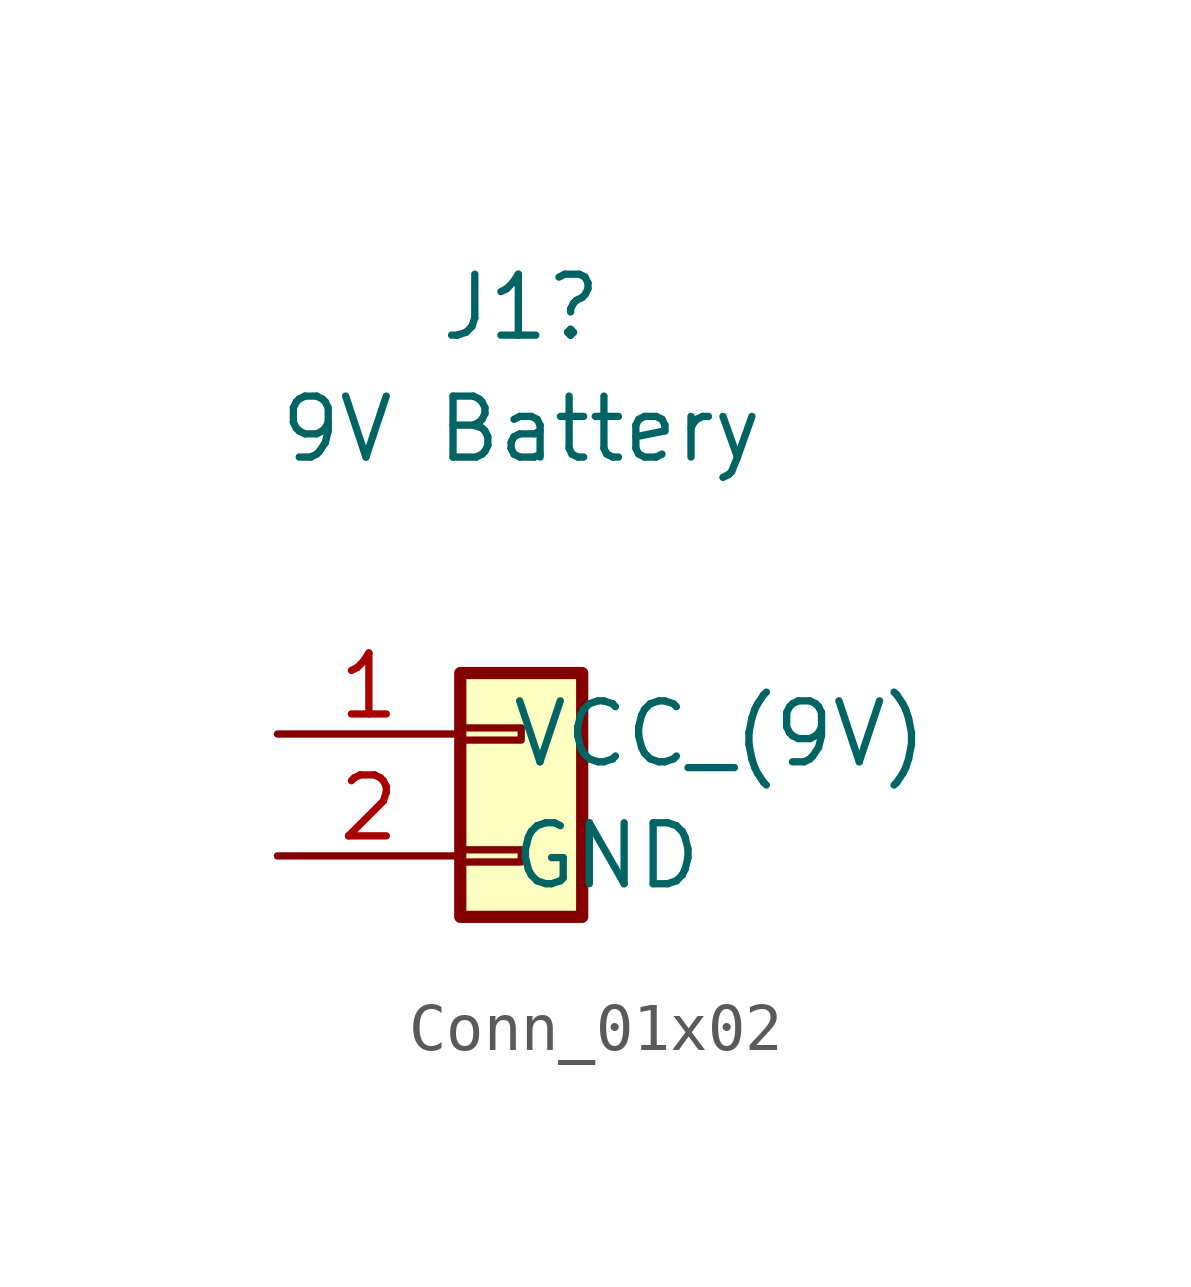
<source format=kicad_sym>
(kicad_symbol_lib
  (version 20211014)
  (generator kicad_symbol_editor)
  (symbol "Conn_01x02"
    (pin_names
      (offset 1.016))
    (property "Reference" "J1"
      (at 0 8.89 0)
      (effects (font (size 1.27 1.27))))
    (property "Value" "9V Battery"
      (at 0 6.35 0)
      (effects (font (size 1.27 1.27))))
    (symbol "Conn_01x02_1_1"
      (rectangle (start -1.27 -2.413) (end 0 -2.667) (stroke (width 0.152) (type default) (color 0 0 0 0)) (fill (type none)))
      (rectangle (start -1.27 0.127) (end 0 -0.127) (stroke (width 0.152) (type default) (color 0 0 0 0)) (fill (type none)))
      (rectangle (start -1.27 1.27) (end 1.27 -3.81) (stroke (width 0.254) (type default) (color 0 0 0 0)) (fill (type background)))
      (pin power_in line (at -5.08 0 0) (length 3.81) (name "VCC_(9V)" (effects (font (size 1.27 1.27)))) (number "1" (effects (font (size 1.27 1.27)))))
      (pin power_out line (at -5.08 -2.54 0) (length 3.81) (name "GND" (effects (font (size 1.27 1.27)))) (number "2" (effects (font (size 1.27 1.27))))))))
</source>
